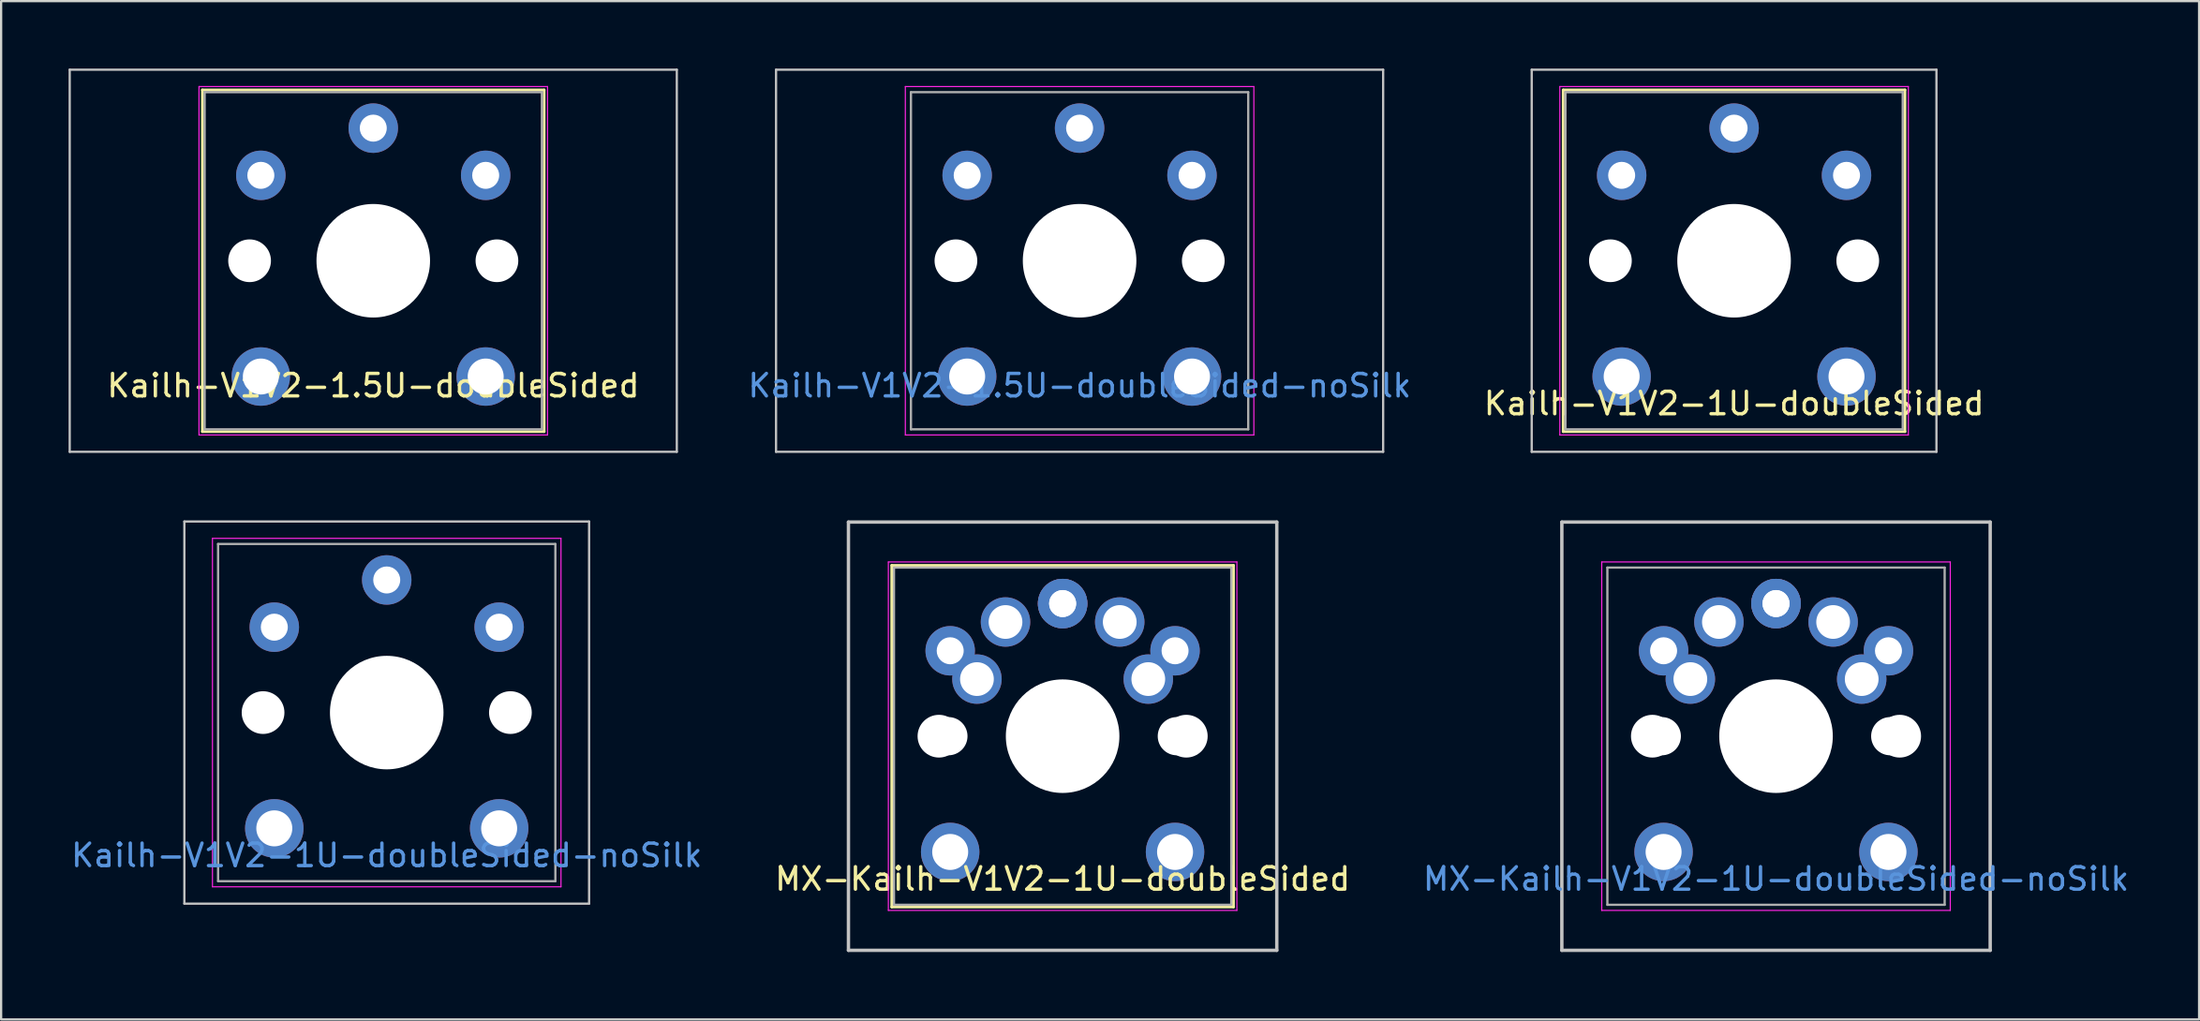
<source format=kicad_pcb>
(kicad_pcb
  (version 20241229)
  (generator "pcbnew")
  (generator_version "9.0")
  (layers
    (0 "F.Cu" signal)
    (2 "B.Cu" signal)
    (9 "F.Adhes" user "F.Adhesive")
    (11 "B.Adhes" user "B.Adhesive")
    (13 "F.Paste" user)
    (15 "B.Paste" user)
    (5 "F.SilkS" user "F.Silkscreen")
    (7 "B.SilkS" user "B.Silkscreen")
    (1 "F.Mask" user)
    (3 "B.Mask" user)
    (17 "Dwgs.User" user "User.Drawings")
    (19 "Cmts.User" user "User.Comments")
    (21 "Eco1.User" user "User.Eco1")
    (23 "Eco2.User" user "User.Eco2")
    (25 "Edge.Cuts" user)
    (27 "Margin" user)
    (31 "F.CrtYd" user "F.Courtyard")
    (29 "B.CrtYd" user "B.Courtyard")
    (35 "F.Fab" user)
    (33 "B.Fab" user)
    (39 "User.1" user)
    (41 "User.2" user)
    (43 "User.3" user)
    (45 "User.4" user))
  (footprint "Kailh-V1V2-1.5U-doubleSided-noSilk"
    (layer "F.Cu")
    (at 44.963 8.55)
    (property "Reference" "Kailh-V1V2-1.5U-doubleSided-noSilk" (at 0 5.556 0) (unlocked yes) (layer "Cmts.User") (effects (font (size 1 1) (thickness 0.15))))
    (attr through_hole)
    (fp_line (start -13.5 -8.5) (end -13.5 8.5) (stroke (width 0.1) (type solid)) (layer "Dwgs.User"))
    (fp_line (start -13.5 8.5) (end 13.5 8.5) (stroke (width 0.1) (type solid)) (layer "Dwgs.User"))
    (fp_line (start 13.5 -8.5) (end -13.5 -8.5) (stroke (width 0.1) (type solid)) (layer "Dwgs.User"))
    (fp_line (start 13.5 8.5) (end 13.5 -8.5) (stroke (width 0.1) (type solid)) (layer "Dwgs.User"))
    (fp_line (start -7.25 -7.25) (end -7.25 7.25) (stroke (width 0.1) (type solid)) (layer "Eco1.User"))
    (fp_line (start -7.25 7.25) (end 7.25 7.25) (stroke (width 0.1) (type solid)) (layer "Eco1.User"))
    (fp_line (start 7.25 -7.25) (end -7.25 -7.25) (stroke (width 0.1) (type solid)) (layer "Eco1.User"))
    (fp_line (start 7.25 7.25) (end 7.25 -7.25) (stroke (width 0.1) (type solid)) (layer "Eco1.User"))
    (fp_line (start -7.75 -7.75) (end -7.75 7.75) (stroke (width 0.05) (type solid)) (layer "F.CrtYd"))
    (fp_line (start -7.75 7.75) (end 7.75 7.75) (stroke (width 0.05) (type solid)) (layer "F.CrtYd"))
    (fp_line (start 7.75 -7.75) (end -7.75 -7.75) (stroke (width 0.05) (type solid)) (layer "F.CrtYd"))
    (fp_line (start 7.75 7.75) (end 7.75 -7.75) (stroke (width 0.05) (type solid)) (layer "F.CrtYd"))
    (fp_line (start -7.5 -7.5) (end -7.5 7.5) (stroke (width 0.1) (type solid)) (layer "F.Fab"))
    (fp_line (start -7.5 7.5) (end 7.5 7.5) (stroke (width 0.1) (type solid)) (layer "F.Fab"))
    (fp_line (start 7.5 -7.5) (end -7.5 -7.5) (stroke (width 0.1) (type solid)) (layer "F.Fab"))
    (fp_line (start 7.5 7.5) (end 7.5 -7.5) (stroke (width 0.1) (type solid)) (layer "F.Fab"))
    (pad "" np_thru_hole circle (at -5.5 0) (size 1.9 1.9) (drill 1.9) (layers "*.Cu" "*.Mask"))
    (pad "" thru_hole circle (at -5 5.15) (size 2.6 2.6) (drill 1.6) (layers "*.Cu" "*.Mask"))
    (pad "" np_thru_hole circle (at 0 0) (size 5.05 5.05) (drill 5.05) (layers "*.Cu" "*.Mask"))
    (pad "" thru_hole circle (at 5 5.15) (size 2.6 2.6) (drill 1.6) (layers "*.Cu" "*.Mask"))
    (pad "" np_thru_hole circle (at 5.5 0) (size 1.9 1.9) (drill 1.9) (layers "*.Cu" "*.Mask"))
    (pad "1" thru_hole circle (at 0 -5.9) (size 2.2 2.2) (drill 1.2) (layers "*.Cu" "*.Mask"))
    (pad "2" thru_hole circle (at -5 -3.8) (size 2.2 2.2) (drill 1.2) (layers "*.Cu" "*.Mask"))
    (pad "2" thru_hole circle (at 5 -3.8) (size 2.2 2.2) (drill 1.2) (layers "*.Cu" "*.Mask")))
  (footprint "Kailh-V1V2-1.5U-doubleSided"
    (layer "F.Cu")
    (at 13.55 8.55)
    (property "Reference" "Kailh-V1V2-1.5U-doubleSided" (at 0 5.556 0) (unlocked yes) (layer "F.SilkS") (effects (font (size 1 1) (thickness 0.15))))
    (attr through_hole)
    (fp_line (start -7.6 -7.6) (end -7.6 7.6) (stroke (width 0.12) (type solid)) (layer "F.SilkS"))
    (fp_line (start -7.6 7.6) (end 7.6 7.6) (stroke (width 0.12) (type solid)) (layer "F.SilkS"))
    (fp_line (start 7.6 -7.6) (end -7.6 -7.6) (stroke (width 0.12) (type solid)) (layer "F.SilkS"))
    (fp_line (start 7.6 7.6) (end 7.6 -7.6) (stroke (width 0.12) (type solid)) (layer "F.SilkS"))
    (fp_line (start -13.5 -8.5) (end -13.5 8.5) (stroke (width 0.1) (type solid)) (layer "Dwgs.User"))
    (fp_line (start -13.5 8.5) (end 13.5 8.5) (stroke (width 0.1) (type solid)) (layer "Dwgs.User"))
    (fp_line (start 13.5 -8.5) (end -13.5 -8.5) (stroke (width 0.1) (type solid)) (layer "Dwgs.User"))
    (fp_line (start 13.5 8.5) (end 13.5 -8.5) (stroke (width 0.1) (type solid)) (layer "Dwgs.User"))
    (fp_line (start -7.25 -7.25) (end -7.25 7.25) (stroke (width 0.1) (type solid)) (layer "Eco1.User"))
    (fp_line (start -7.25 7.25) (end 7.25 7.25) (stroke (width 0.1) (type solid)) (layer "Eco1.User"))
    (fp_line (start 7.25 -7.25) (end -7.25 -7.25) (stroke (width 0.1) (type solid)) (layer "Eco1.User"))
    (fp_line (start 7.25 7.25) (end 7.25 -7.25) (stroke (width 0.1) (type solid)) (layer "Eco1.User"))
    (fp_line (start -7.75 -7.75) (end -7.75 7.75) (stroke (width 0.05) (type solid)) (layer "F.CrtYd"))
    (fp_line (start -7.75 7.75) (end 7.75 7.75) (stroke (width 0.05) (type solid)) (layer "F.CrtYd"))
    (fp_line (start 7.75 -7.75) (end -7.75 -7.75) (stroke (width 0.05) (type solid)) (layer "F.CrtYd"))
    (fp_line (start 7.75 7.75) (end 7.75 -7.75) (stroke (width 0.05) (type solid)) (layer "F.CrtYd"))
    (fp_line (start -7.5 -7.5) (end -7.5 7.5) (stroke (width 0.1) (type solid)) (layer "F.Fab"))
    (fp_line (start -7.5 7.5) (end 7.5 7.5) (stroke (width 0.1) (type solid)) (layer "F.Fab"))
    (fp_line (start 7.5 -7.5) (end -7.5 -7.5) (stroke (width 0.1) (type solid)) (layer "F.Fab"))
    (fp_line (start 7.5 7.5) (end 7.5 -7.5) (stroke (width 0.1) (type solid)) (layer "F.Fab"))
    (pad "" np_thru_hole circle (at -5.5 0) (size 1.9 1.9) (drill 1.9) (layers "*.Cu" "*.Mask"))
    (pad "" thru_hole circle (at -5 5.15) (size 2.6 2.6) (drill 1.6) (layers "*.Cu" "*.Mask"))
    (pad "" np_thru_hole circle (at 0 0) (size 5.05 5.05) (drill 5.05) (layers "*.Cu" "*.Mask"))
    (pad "" thru_hole circle (at 5 5.15) (size 2.6 2.6) (drill 1.6) (layers "*.Cu" "*.Mask"))
    (pad "" np_thru_hole circle (at 5.5 0) (size 1.9 1.9) (drill 1.9) (layers "*.Cu" "*.Mask"))
    (pad "1" thru_hole circle (at 0 -5.9) (size 2.2 2.2) (drill 1.2) (layers "*.Cu" "*.Mask"))
    (pad "2" thru_hole circle (at -5 -3.8) (size 2.2 2.2) (drill 1.2) (layers "*.Cu" "*.Mask"))
    (pad "2" thru_hole circle (at 5 -3.8) (size 2.2 2.2) (drill 1.2) (layers "*.Cu" "*.Mask")))
  (footprint "Kailh-V1V2-1U-doubleSided-noSilk"
    (layer "F.Cu")
    (at 14.149 28.65)
    (property "Reference" "Kailh-V1V2-1U-doubleSided-noSilk" (at 0 6.35 0) (unlocked yes) (layer "Cmts.User") (effects (font (size 1 1) (thickness 0.15))))
    (attr through_hole)
    (fp_line (start -9 -8.5) (end -9 8.5) (stroke (width 0.1) (type solid)) (layer "Dwgs.User"))
    (fp_line (start -9 8.5) (end 9 8.5) (stroke (width 0.1) (type solid)) (layer "Dwgs.User"))
    (fp_line (start 9 -8.5) (end -9 -8.5) (stroke (width 0.1) (type solid)) (layer "Dwgs.User"))
    (fp_line (start 9 8.5) (end 9 -8.5) (stroke (width 0.1) (type solid)) (layer "Dwgs.User"))
    (fp_line (start -7.25 -7.25) (end -7.25 7.25) (stroke (width 0.1) (type solid)) (layer "Eco1.User"))
    (fp_line (start -7.25 7.25) (end 7.25 7.25) (stroke (width 0.1) (type solid)) (layer "Eco1.User"))
    (fp_line (start 7.25 -7.25) (end -7.25 -7.25) (stroke (width 0.1) (type solid)) (layer "Eco1.User"))
    (fp_line (start 7.25 7.25) (end 7.25 -7.25) (stroke (width 0.1) (type solid)) (layer "Eco1.User"))
    (fp_line (start -7.75 -7.75) (end -7.75 7.75) (stroke (width 0.05) (type solid)) (layer "F.CrtYd"))
    (fp_line (start -7.75 7.75) (end 7.75 7.75) (stroke (width 0.05) (type solid)) (layer "F.CrtYd"))
    (fp_line (start 7.75 -7.75) (end -7.75 -7.75) (stroke (width 0.05) (type solid)) (layer "F.CrtYd"))
    (fp_line (start 7.75 7.75) (end 7.75 -7.75) (stroke (width 0.05) (type solid)) (layer "F.CrtYd"))
    (fp_line (start -7.5 -7.5) (end -7.5 7.5) (stroke (width 0.1) (type solid)) (layer "F.Fab"))
    (fp_line (start -7.5 7.5) (end 7.5 7.5) (stroke (width 0.1) (type solid)) (layer "F.Fab"))
    (fp_line (start 7.5 -7.5) (end -7.5 -7.5) (stroke (width 0.1) (type solid)) (layer "F.Fab"))
    (fp_line (start 7.5 7.5) (end 7.5 -7.5) (stroke (width 0.1) (type solid)) (layer "F.Fab"))
    (pad "" np_thru_hole circle (at -5.5 0) (size 1.9 1.9) (drill 1.9) (layers "*.Cu" "*.Mask"))
    (pad "" thru_hole circle (at -5 5.15) (size 2.6 2.6) (drill 1.6) (layers "*.Cu" "*.Mask"))
    (pad "" np_thru_hole circle (at 0 0) (size 5.05 5.05) (drill 5.05) (layers "*.Cu" "*.Mask"))
    (pad "" thru_hole circle (at 5 5.15) (size 2.6 2.6) (drill 1.6) (layers "*.Cu" "*.Mask"))
    (pad "" np_thru_hole circle (at 5.5 0) (size 1.9 1.9) (drill 1.9) (layers "*.Cu" "*.Mask"))
    (pad "1" thru_hole circle (at 0 -5.9) (size 2.2 2.2) (drill 1.2) (layers "*.Cu" "*.Mask"))
    (pad "2" thru_hole circle (at -5 -3.8) (size 2.2 2.2) (drill 1.2) (layers "*.Cu" "*.Mask"))
    (pad "2" thru_hole circle (at 5 -3.8) (size 2.2 2.2) (drill 1.2) (layers "*.Cu" "*.Mask")))
  (footprint "Kailh-V1V2-1U-doubleSided"
    (layer "F.Cu")
    (at 74.07 8.55)
    (property "Reference" "Kailh-V1V2-1U-doubleSided" (at 0 6.35 0) (unlocked yes) (layer "F.SilkS") (effects (font (size 1 1) (thickness 0.15))))
    (attr through_hole)
    (fp_line (start -7.6 -7.6) (end -7.6 7.6) (stroke (width 0.12) (type solid)) (layer "F.SilkS"))
    (fp_line (start -7.6 7.6) (end 7.6 7.6) (stroke (width 0.12) (type solid)) (layer "F.SilkS"))
    (fp_line (start 7.6 -7.6) (end -7.6 -7.6) (stroke (width 0.12) (type solid)) (layer "F.SilkS"))
    (fp_line (start 7.6 7.6) (end 7.6 -7.6) (stroke (width 0.12) (type solid)) (layer "F.SilkS"))
    (fp_line (start -9 -8.5) (end -9 8.5) (stroke (width 0.1) (type solid)) (layer "Dwgs.User"))
    (fp_line (start -9 8.5) (end 9 8.5) (stroke (width 0.1) (type solid)) (layer "Dwgs.User"))
    (fp_line (start 9 -8.5) (end -9 -8.5) (stroke (width 0.1) (type solid)) (layer "Dwgs.User"))
    (fp_line (start 9 8.5) (end 9 -8.5) (stroke (width 0.1) (type solid)) (layer "Dwgs.User"))
    (fp_line (start -7.25 -7.25) (end -7.25 7.25) (stroke (width 0.1) (type solid)) (layer "Eco1.User"))
    (fp_line (start -7.25 7.25) (end 7.25 7.25) (stroke (width 0.1) (type solid)) (layer "Eco1.User"))
    (fp_line (start 7.25 -7.25) (end -7.25 -7.25) (stroke (width 0.1) (type solid)) (layer "Eco1.User"))
    (fp_line (start 7.25 7.25) (end 7.25 -7.25) (stroke (width 0.1) (type solid)) (layer "Eco1.User"))
    (fp_line (start -7.75 -7.75) (end -7.75 7.75) (stroke (width 0.05) (type solid)) (layer "F.CrtYd"))
    (fp_line (start -7.75 7.75) (end 7.75 7.75) (stroke (width 0.05) (type solid)) (layer "F.CrtYd"))
    (fp_line (start 7.75 -7.75) (end -7.75 -7.75) (stroke (width 0.05) (type solid)) (layer "F.CrtYd"))
    (fp_line (start 7.75 7.75) (end 7.75 -7.75) (stroke (width 0.05) (type solid)) (layer "F.CrtYd"))
    (fp_line (start -7.5 -7.5) (end -7.5 7.5) (stroke (width 0.1) (type solid)) (layer "F.Fab"))
    (fp_line (start -7.5 7.5) (end 7.5 7.5) (stroke (width 0.1) (type solid)) (layer "F.Fab"))
    (fp_line (start 7.5 -7.5) (end -7.5 -7.5) (stroke (width 0.1) (type solid)) (layer "F.Fab"))
    (fp_line (start 7.5 7.5) (end 7.5 -7.5) (stroke (width 0.1) (type solid)) (layer "F.Fab"))
    (pad "" np_thru_hole circle (at -5.5 0) (size 1.9 1.9) (drill 1.9) (layers "*.Cu" "*.Mask"))
    (pad "" thru_hole circle (at -5 5.15) (size 2.6 2.6) (drill 1.6) (layers "*.Cu" "*.Mask"))
    (pad "" np_thru_hole circle (at 0 0) (size 5.05 5.05) (drill 5.05) (layers "*.Cu" "*.Mask"))
    (pad "" thru_hole circle (at 5 5.15) (size 2.6 2.6) (drill 1.6) (layers "*.Cu" "*.Mask"))
    (pad "" np_thru_hole circle (at 5.5 0) (size 1.9 1.9) (drill 1.9) (layers "*.Cu" "*.Mask"))
    (pad "1" thru_hole circle (at 0 -5.9) (size 2.2 2.2) (drill 1.2) (layers "*.Cu" "*.Mask"))
    (pad "2" thru_hole circle (at -5 -3.8) (size 2.2 2.2) (drill 1.2) (layers "*.Cu" "*.Mask"))
    (pad "2" thru_hole circle (at 5 -3.8) (size 2.2 2.2) (drill 1.2) (layers "*.Cu" "*.Mask")))
  (footprint "MX-Kailh-V1V2-1U-doubleSided"
    (layer "F.Cu")
    (at 44.208 29.7)
    (property "Reference" "MX-Kailh-V1V2-1U-doubleSided" (at 0 6.35 0) (unlocked yes) (layer "F.SilkS") (effects (font (size 1 1) (thickness 0.15))))
    (attr through_hole)
    (fp_line (start -7.6 -7.6) (end -7.6 7.6) (stroke (width 0.12) (type solid)) (layer "F.SilkS"))
    (fp_line (start -7.6 7.6) (end 7.6 7.6) (stroke (width 0.12) (type solid)) (layer "F.SilkS"))
    (fp_line (start 7.6 -7.6) (end -7.6 -7.6) (stroke (width 0.12) (type solid)) (layer "F.SilkS"))
    (fp_line (start 7.6 7.6) (end 7.6 -7.6) (stroke (width 0.12) (type solid)) (layer "F.SilkS"))
    (fp_line (start -9.525 -9.525) (end 9.525 -9.525) (stroke (width 0.15) (type solid)) (layer "Dwgs.User"))
    (fp_line (start -9.525 9.525) (end -9.525 -9.525) (stroke (width 0.15) (type solid)) (layer "Dwgs.User"))
    (fp_line (start 9.525 -9.525) (end 9.525 9.525) (stroke (width 0.15) (type solid)) (layer "Dwgs.User"))
    (fp_line (start 9.525 9.525) (end -9.525 9.525) (stroke (width 0.15) (type solid)) (layer "Dwgs.User"))
    (fp_line (start -7.75 -7.75) (end -7.75 7.75) (stroke (width 0.05) (type solid)) (layer "F.CrtYd"))
    (fp_line (start -7.75 7.75) (end 7.75 7.75) (stroke (width 0.05) (type solid)) (layer "F.CrtYd"))
    (fp_line (start 7.75 -7.75) (end -7.75 -7.75) (stroke (width 0.05) (type solid)) (layer "F.CrtYd"))
    (fp_line (start 7.75 7.75) (end 7.75 -7.75) (stroke (width 0.05) (type solid)) (layer "F.CrtYd"))
    (fp_line (start -7.5 -7.5) (end -7.5 7.5) (stroke (width 0.1) (type solid)) (layer "F.Fab"))
    (fp_line (start -7.5 7.5) (end 7.5 7.5) (stroke (width 0.1) (type solid)) (layer "F.Fab"))
    (fp_line (start 7.5 -7.5) (end -7.5 -7.5) (stroke (width 0.1) (type solid)) (layer "F.Fab"))
    (fp_line (start 7.5 7.5) (end 7.5 -7.5) (stroke (width 0.1) (type solid)) (layer "F.Fab"))
    (pad "" np_thru_hole circle (at -5.5 0) (size 1.9 1.9) (drill 1.9) (layers "*.Cu" "*.Mask"))
    (pad "" np_thru_hole circle (at -5.08 0) (size 1.7 1.7) (drill 1.7) (layers "*.Cu" "*.Mask"))
    (pad "" thru_hole circle (at -5 5.15) (size 2.6 2.6) (drill 1.6) (layers "*.Cu" "B.Mask"))
    (pad "" np_thru_hole circle (at 0 0) (size 5.05 5.05) (drill 5.05) (layers "*.Cu" "*.Mask"))
    (pad "" thru_hole circle (at 5 5.15) (size 2.6 2.6) (drill 1.6) (layers "*.Cu" "B.Mask"))
    (pad "" np_thru_hole circle (at 5.08 0) (size 1.7 1.7) (drill 1.7) (layers "*.Cu" "*.Mask"))
    (pad "" np_thru_hole circle (at 5.5 0) (size 1.9 1.9) (drill 1.9) (layers "*.Cu" "*.Mask"))
    (pad "1" thru_hole circle (at -2.54 -5.08) (size 2.2 2.2) (drill 1.5) (layers "*.Cu" "*.Mask"))
    (pad "1" thru_hole circle (at 0 -5.9) (size 2.2 2.2) (drill 1.2) (layers "*.Cu" "B.Mask"))
    (pad "1" thru_hole circle (at 0 -5.9) (size 2.2 2.2) (drill 1.2) (layers "*.Cu" "B.Mask"))
    (pad "1" thru_hole circle (at 2.54 -5.08) (size 2.2 2.2) (drill 1.5) (layers "*.Cu" "*.Mask"))
    (pad "2" thru_hole circle (at -5 -3.8) (size 2.2 2.2) (drill 1.2) (layers "*.Cu" "B.Mask"))
    (pad "2" thru_hole circle (at -3.81 -2.54) (size 2.2 2.2) (drill 1.5) (layers "*.Cu" "*.Mask"))
    (pad "2" thru_hole circle (at 3.81 -2.54) (size 2.2 2.2) (drill 1.5) (layers "*.Cu" "*.Mask"))
    (pad "2" thru_hole circle (at 5 -3.8) (size 2.2 2.2) (drill 1.2) (layers "*.Cu" "B.Mask")))
  (footprint "MX-Kailh-V1V2-1U-doubleSided-noSilk"
    (layer "F.Cu")
    (at 75.935 29.7)
    (property "Reference" "MX-Kailh-V1V2-1U-doubleSided-noSilk" (at 0 6.35 0) (unlocked yes) (layer "Cmts.User") (effects (font (size 1 1) (thickness 0.15))))
    (attr through_hole)
    (fp_line (start -9.525 -9.525) (end 9.525 -9.525) (stroke (width 0.15) (type solid)) (layer "Dwgs.User"))
    (fp_line (start -9.525 9.525) (end -9.525 -9.525) (stroke (width 0.15) (type solid)) (layer "Dwgs.User"))
    (fp_line (start 9.525 -9.525) (end 9.525 9.525) (stroke (width 0.15) (type solid)) (layer "Dwgs.User"))
    (fp_line (start 9.525 9.525) (end -9.525 9.525) (stroke (width 0.15) (type solid)) (layer "Dwgs.User"))
    (fp_line (start -7.75 -7.75) (end -7.75 7.75) (stroke (width 0.05) (type solid)) (layer "F.CrtYd"))
    (fp_line (start -7.75 7.75) (end 7.75 7.75) (stroke (width 0.05) (type solid)) (layer "F.CrtYd"))
    (fp_line (start 7.75 -7.75) (end -7.75 -7.75) (stroke (width 0.05) (type solid)) (layer "F.CrtYd"))
    (fp_line (start 7.75 7.75) (end 7.75 -7.75) (stroke (width 0.05) (type solid)) (layer "F.CrtYd"))
    (fp_line (start -7.5 -7.5) (end -7.5 7.5) (stroke (width 0.1) (type solid)) (layer "F.Fab"))
    (fp_line (start -7.5 7.5) (end 7.5 7.5) (stroke (width 0.1) (type solid)) (layer "F.Fab"))
    (fp_line (start 7.5 -7.5) (end -7.5 -7.5) (stroke (width 0.1) (type solid)) (layer "F.Fab"))
    (fp_line (start 7.5 7.5) (end 7.5 -7.5) (stroke (width 0.1) (type solid)) (layer "F.Fab"))
    (pad "" np_thru_hole circle (at -5.5 0) (size 1.9 1.9) (drill 1.9) (layers "*.Cu" "*.Mask"))
    (pad "" np_thru_hole circle (at -5.08 0) (size 1.7 1.7) (drill 1.7) (layers "*.Cu" "*.Mask"))
    (pad "" thru_hole circle (at -5 5.15) (size 2.6 2.6) (drill 1.6) (layers "*.Cu" "B.Mask"))
    (pad "" np_thru_hole circle (at 0 0) (size 5.05 5.05) (drill 5.05) (layers "*.Cu" "*.Mask"))
    (pad "" thru_hole circle (at 5 5.15) (size 2.6 2.6) (drill 1.6) (layers "*.Cu" "B.Mask"))
    (pad "" np_thru_hole circle (at 5.08 0) (size 1.7 1.7) (drill 1.7) (layers "*.Cu" "*.Mask"))
    (pad "" np_thru_hole circle (at 5.5 0) (size 1.9 1.9) (drill 1.9) (layers "*.Cu" "*.Mask"))
    (pad "1" thru_hole circle (at -2.54 -5.08) (size 2.2 2.2) (drill 1.5) (layers "*.Cu" "*.Mask"))
    (pad "1" thru_hole circle (at 0 -5.9) (size 2.2 2.2) (drill 1.2) (layers "*.Cu" "B.Mask"))
    (pad "1" thru_hole circle (at 0 -5.9) (size 2.2 2.2) (drill 1.2) (layers "*.Cu" "B.Mask"))
    (pad "1" thru_hole circle (at 2.54 -5.08) (size 2.2 2.2) (drill 1.5) (layers "*.Cu" "*.Mask"))
    (pad "2" thru_hole circle (at -5 -3.8) (size 2.2 2.2) (drill 1.2) (layers "*.Cu" "B.Mask"))
    (pad "2" thru_hole circle (at -3.81 -2.54) (size 2.2 2.2) (drill 1.5) (layers "*.Cu" "*.Mask"))
    (pad "2" thru_hole circle (at 3.81 -2.54) (size 2.2 2.2) (drill 1.5) (layers "*.Cu" "*.Mask"))
    (pad "2" thru_hole circle (at 5 -3.8) (size 2.2 2.2) (drill 1.2) (layers "*.Cu" "B.Mask")))
  (gr_rect
    (start -3 -3)
    (end 94.75 42.3)
    (stroke (width 0.1) (type default))
    (fill no)
    (layer "Edge.Cuts")))
</source>
